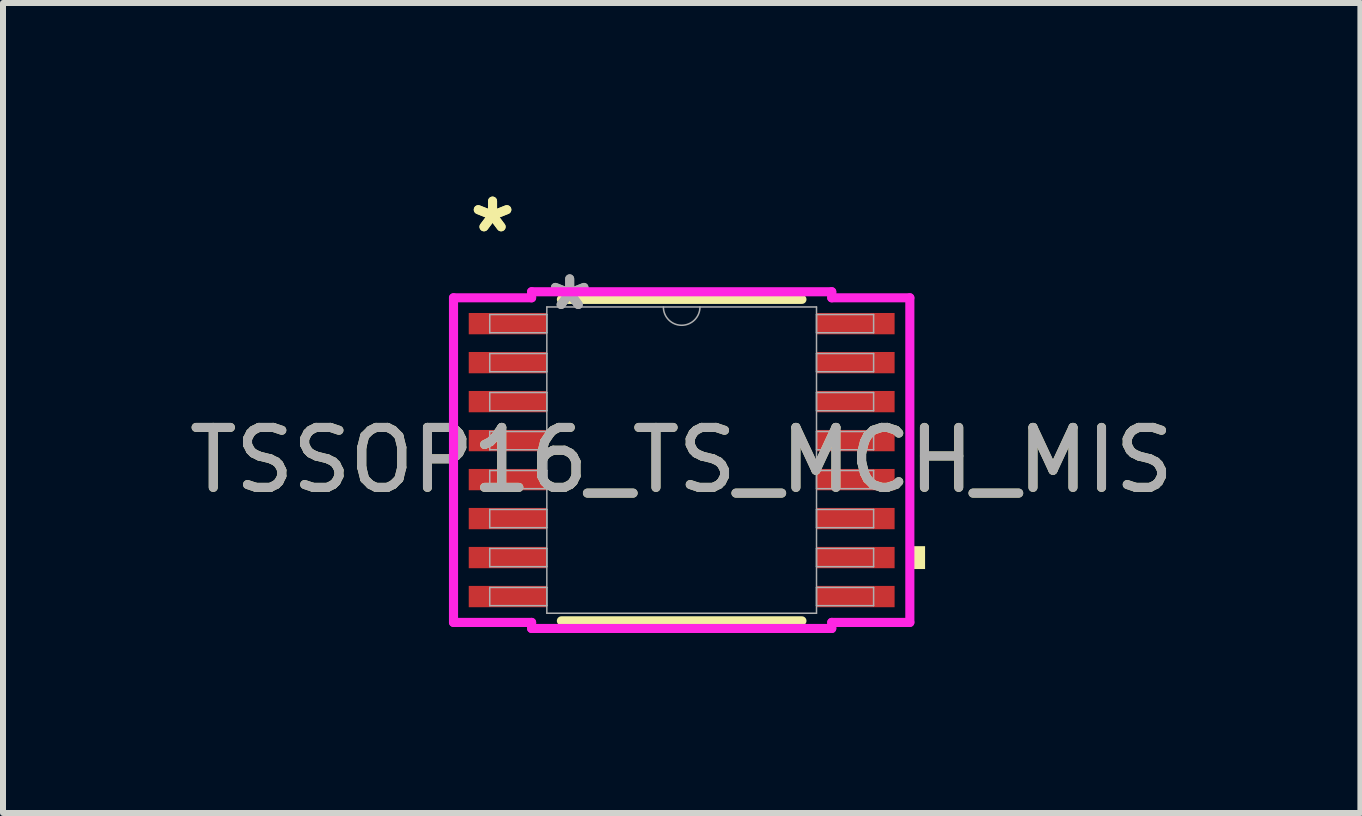
<source format=kicad_pcb>
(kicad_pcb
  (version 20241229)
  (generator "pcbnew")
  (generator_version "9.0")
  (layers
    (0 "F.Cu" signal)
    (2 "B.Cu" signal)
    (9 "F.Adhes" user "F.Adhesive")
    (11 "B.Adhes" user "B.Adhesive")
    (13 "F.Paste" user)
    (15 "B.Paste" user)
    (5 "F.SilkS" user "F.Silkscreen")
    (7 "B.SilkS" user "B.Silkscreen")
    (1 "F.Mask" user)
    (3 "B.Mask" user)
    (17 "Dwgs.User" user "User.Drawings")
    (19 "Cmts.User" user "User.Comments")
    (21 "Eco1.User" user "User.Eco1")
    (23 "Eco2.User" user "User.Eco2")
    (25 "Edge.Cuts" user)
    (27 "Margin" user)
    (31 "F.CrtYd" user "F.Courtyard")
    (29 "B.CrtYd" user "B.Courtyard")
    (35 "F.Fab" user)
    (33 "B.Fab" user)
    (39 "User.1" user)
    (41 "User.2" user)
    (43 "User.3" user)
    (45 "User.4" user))
  (footprint "TSSOP16_TS_MCH_MIS"
    (layer "F.Cu")
    (at 8.315 4.621)
    (property "Reference" "TSSOP16_TS_MCH_MIS" (at 0 0 0) (unlocked yes) (layer "F.SilkS") (effects (font (size 1 1) (thickness 0.15))))
    (attr smd)
    (fp_line (start -2.005 2.68) (end 2.005 2.68) (stroke (width 0.152) (type solid)) (layer "F.SilkS"))
    (fp_line (start 2.005 -2.68) (end -2.005 -2.68) (stroke (width 0.152) (type solid)) (layer "F.SilkS"))
    (fp_poly (pts (xy 4.058 1.435) (xy 4.058 1.816) (xy 3.804 1.816) (xy 3.804 1.435)) (stroke (width 0) (type solid)) (fill yes) (layer "F.SilkS"))
    (fp_line (start -3.804 -2.706) (end -2.502 -2.706) (stroke (width 0.152) (type solid)) (layer "F.CrtYd"))
    (fp_line (start -3.804 2.706) (end -3.804 -2.706) (stroke (width 0.152) (type solid)) (layer "F.CrtYd"))
    (fp_line (start -3.804 2.706) (end -2.502 2.706) (stroke (width 0.152) (type solid)) (layer "F.CrtYd"))
    (fp_line (start -2.502 -2.807) (end 2.502 -2.807) (stroke (width 0.152) (type solid)) (layer "F.CrtYd"))
    (fp_line (start -2.502 -2.706) (end -2.502 -2.807) (stroke (width 0.152) (type solid)) (layer "F.CrtYd"))
    (fp_line (start -2.502 2.807) (end -2.502 2.706) (stroke (width 0.152) (type solid)) (layer "F.CrtYd"))
    (fp_line (start 2.502 -2.807) (end 2.502 -2.706) (stroke (width 0.152) (type solid)) (layer "F.CrtYd"))
    (fp_line (start 2.502 2.706) (end 2.502 2.807) (stroke (width 0.152) (type solid)) (layer "F.CrtYd"))
    (fp_line (start 2.502 2.807) (end -2.502 2.807) (stroke (width 0.152) (type solid)) (layer "F.CrtYd"))
    (fp_line (start 3.804 -2.706) (end 2.502 -2.706) (stroke (width 0.152) (type solid)) (layer "F.CrtYd"))
    (fp_line (start 3.804 -2.706) (end 3.804 2.706) (stroke (width 0.152) (type solid)) (layer "F.CrtYd"))
    (fp_line (start 3.804 2.706) (end 2.502 2.706) (stroke (width 0.152) (type solid)) (layer "F.CrtYd"))
    (fp_line (start -3.2 -2.427) (end -3.2 -2.123) (stroke (width 0.025) (type solid)) (layer "F.Fab"))
    (fp_line (start -3.2 -2.123) (end -2.248 -2.123) (stroke (width 0.025) (type solid)) (layer "F.Fab"))
    (fp_line (start -3.2 -1.777) (end -3.2 -1.473) (stroke (width 0.025) (type solid)) (layer "F.Fab"))
    (fp_line (start -3.2 -1.473) (end -2.248 -1.473) (stroke (width 0.025) (type solid)) (layer "F.Fab"))
    (fp_line (start -3.2 -1.127) (end -3.2 -0.823) (stroke (width 0.025) (type solid)) (layer "F.Fab"))
    (fp_line (start -3.2 -0.823) (end -2.248 -0.823) (stroke (width 0.025) (type solid)) (layer "F.Fab"))
    (fp_line (start -3.2 -0.477) (end -3.2 -0.173) (stroke (width 0.025) (type solid)) (layer "F.Fab"))
    (fp_line (start -3.2 -0.173) (end -2.248 -0.173) (stroke (width 0.025) (type solid)) (layer "F.Fab"))
    (fp_line (start -3.2 0.173) (end -3.2 0.477) (stroke (width 0.025) (type solid)) (layer "F.Fab"))
    (fp_line (start -3.2 0.477) (end -2.248 0.477) (stroke (width 0.025) (type solid)) (layer "F.Fab"))
    (fp_line (start -3.2 0.823) (end -3.2 1.127) (stroke (width 0.025) (type solid)) (layer "F.Fab"))
    (fp_line (start -3.2 1.127) (end -2.248 1.127) (stroke (width 0.025) (type solid)) (layer "F.Fab"))
    (fp_line (start -3.2 1.473) (end -3.2 1.777) (stroke (width 0.025) (type solid)) (layer "F.Fab"))
    (fp_line (start -3.2 1.777) (end -2.248 1.777) (stroke (width 0.025) (type solid)) (layer "F.Fab"))
    (fp_line (start -3.2 2.123) (end -3.2 2.427) (stroke (width 0.025) (type solid)) (layer "F.Fab"))
    (fp_line (start -3.2 2.427) (end -2.248 2.427) (stroke (width 0.025) (type solid)) (layer "F.Fab"))
    (fp_line (start -2.248 -2.553) (end -2.248 2.553) (stroke (width 0.025) (type solid)) (layer "F.Fab"))
    (fp_line (start -2.248 -2.427) (end -3.2 -2.427) (stroke (width 0.025) (type solid)) (layer "F.Fab"))
    (fp_line (start -2.248 -2.123) (end -2.248 -2.427) (stroke (width 0.025) (type solid)) (layer "F.Fab"))
    (fp_line (start -2.248 -1.777) (end -3.2 -1.777) (stroke (width 0.025) (type solid)) (layer "F.Fab"))
    (fp_line (start -2.248 -1.473) (end -2.248 -1.777) (stroke (width 0.025) (type solid)) (layer "F.Fab"))
    (fp_line (start -2.248 -1.127) (end -3.2 -1.127) (stroke (width 0.025) (type solid)) (layer "F.Fab"))
    (fp_line (start -2.248 -0.823) (end -2.248 -1.127) (stroke (width 0.025) (type solid)) (layer "F.Fab"))
    (fp_line (start -2.248 -0.477) (end -3.2 -0.477) (stroke (width 0.025) (type solid)) (layer "F.Fab"))
    (fp_line (start -2.248 -0.173) (end -2.248 -0.477) (stroke (width 0.025) (type solid)) (layer "F.Fab"))
    (fp_line (start -2.248 0.173) (end -3.2 0.173) (stroke (width 0.025) (type solid)) (layer "F.Fab"))
    (fp_line (start -2.248 0.477) (end -2.248 0.173) (stroke (width 0.025) (type solid)) (layer "F.Fab"))
    (fp_line (start -2.248 0.823) (end -3.2 0.823) (stroke (width 0.025) (type solid)) (layer "F.Fab"))
    (fp_line (start -2.248 1.127) (end -2.248 0.823) (stroke (width 0.025) (type solid)) (layer "F.Fab"))
    (fp_line (start -2.248 1.473) (end -3.2 1.473) (stroke (width 0.025) (type solid)) (layer "F.Fab"))
    (fp_line (start -2.248 1.777) (end -2.248 1.473) (stroke (width 0.025) (type solid)) (layer "F.Fab"))
    (fp_line (start -2.248 2.123) (end -3.2 2.123) (stroke (width 0.025) (type solid)) (layer "F.Fab"))
    (fp_line (start -2.248 2.427) (end -2.248 2.123) (stroke (width 0.025) (type solid)) (layer "F.Fab"))
    (fp_line (start -2.248 2.553) (end 2.248 2.553) (stroke (width 0.025) (type solid)) (layer "F.Fab"))
    (fp_line (start 2.248 -2.553) (end -2.248 -2.553) (stroke (width 0.025) (type solid)) (layer "F.Fab"))
    (fp_line (start 2.248 -2.427) (end 2.248 -2.123) (stroke (width 0.025) (type solid)) (layer "F.Fab"))
    (fp_line (start 2.248 -2.123) (end 3.2 -2.123) (stroke (width 0.025) (type solid)) (layer "F.Fab"))
    (fp_line (start 2.248 -1.777) (end 2.248 -1.473) (stroke (width 0.025) (type solid)) (layer "F.Fab"))
    (fp_line (start 2.248 -1.473) (end 3.2 -1.473) (stroke (width 0.025) (type solid)) (layer "F.Fab"))
    (fp_line (start 2.248 -1.127) (end 2.248 -0.823) (stroke (width 0.025) (type solid)) (layer "F.Fab"))
    (fp_line (start 2.248 -0.823) (end 3.2 -0.823) (stroke (width 0.025) (type solid)) (layer "F.Fab"))
    (fp_line (start 2.248 -0.477) (end 2.248 -0.173) (stroke (width 0.025) (type solid)) (layer "F.Fab"))
    (fp_line (start 2.248 -0.173) (end 3.2 -0.173) (stroke (width 0.025) (type solid)) (layer "F.Fab"))
    (fp_line (start 2.248 0.173) (end 2.248 0.477) (stroke (width 0.025) (type solid)) (layer "F.Fab"))
    (fp_line (start 2.248 0.477) (end 3.2 0.477) (stroke (width 0.025) (type solid)) (layer "F.Fab"))
    (fp_line (start 2.248 0.823) (end 2.248 1.127) (stroke (width 0.025) (type solid)) (layer "F.Fab"))
    (fp_line (start 2.248 1.127) (end 3.2 1.127) (stroke (width 0.025) (type solid)) (layer "F.Fab"))
    (fp_line (start 2.248 1.473) (end 2.248 1.777) (stroke (width 0.025) (type solid)) (layer "F.Fab"))
    (fp_line (start 2.248 1.777) (end 3.2 1.777) (stroke (width 0.025) (type solid)) (layer "F.Fab"))
    (fp_line (start 2.248 2.123) (end 2.248 2.427) (stroke (width 0.025) (type solid)) (layer "F.Fab"))
    (fp_line (start 2.248 2.427) (end 3.2 2.427) (stroke (width 0.025) (type solid)) (layer "F.Fab"))
    (fp_line (start 2.248 2.553) (end 2.248 -2.553) (stroke (width 0.025) (type solid)) (layer "F.Fab"))
    (fp_line (start 3.2 -2.427) (end 2.248 -2.427) (stroke (width 0.025) (type solid)) (layer "F.Fab"))
    (fp_line (start 3.2 -2.123) (end 3.2 -2.427) (stroke (width 0.025) (type solid)) (layer "F.Fab"))
    (fp_line (start 3.2 -1.777) (end 2.248 -1.777) (stroke (width 0.025) (type solid)) (layer "F.Fab"))
    (fp_line (start 3.2 -1.473) (end 3.2 -1.777) (stroke (width 0.025) (type solid)) (layer "F.Fab"))
    (fp_line (start 3.2 -1.127) (end 2.248 -1.127) (stroke (width 0.025) (type solid)) (layer "F.Fab"))
    (fp_line (start 3.2 -0.823) (end 3.2 -1.127) (stroke (width 0.025) (type solid)) (layer "F.Fab"))
    (fp_line (start 3.2 -0.477) (end 2.248 -0.477) (stroke (width 0.025) (type solid)) (layer "F.Fab"))
    (fp_line (start 3.2 -0.173) (end 3.2 -0.477) (stroke (width 0.025) (type solid)) (layer "F.Fab"))
    (fp_line (start 3.2 0.173) (end 2.248 0.173) (stroke (width 0.025) (type solid)) (layer "F.Fab"))
    (fp_line (start 3.2 0.477) (end 3.2 0.173) (stroke (width 0.025) (type solid)) (layer "F.Fab"))
    (fp_line (start 3.2 0.823) (end 2.248 0.823) (stroke (width 0.025) (type solid)) (layer "F.Fab"))
    (fp_line (start 3.2 1.127) (end 3.2 0.823) (stroke (width 0.025) (type solid)) (layer "F.Fab"))
    (fp_line (start 3.2 1.473) (end 2.248 1.473) (stroke (width 0.025) (type solid)) (layer "F.Fab"))
    (fp_line (start 3.2 1.777) (end 3.2 1.473) (stroke (width 0.025) (type solid)) (layer "F.Fab"))
    (fp_line (start 3.2 2.123) (end 2.248 2.123) (stroke (width 0.025) (type solid)) (layer "F.Fab"))
    (fp_line (start 3.2 2.427) (end 3.2 2.123) (stroke (width 0.025) (type solid)) (layer "F.Fab"))
    (fp_arc (start 0.3048 -2.5527) (mid 0 -2.2479) (end -0.3048 -2.5527) (stroke (width 0.0254) (type solid)) (layer "F.Fab"))
    (fp_text user "*" (at -3.153 -3.773 0) (layer "F.SilkS") (effects (font (size 1 1) (thickness 0.15))))
    (fp_text user "*" (at -3.153 -3.773 0) (unlocked yes) (layer "F.SilkS") (effects (font (size 1 1) (thickness 0.15))))
    (fp_text user "${REFERENCE}" (at 0 0 0) (unlocked yes) (layer "F.Fab") (effects (font (size 1 1) (thickness 0.15))))
    (fp_text user "*" (at -1.867 -2.477 0) (unlocked yes) (layer "F.Fab") (effects (font (size 1 1) (thickness 0.15))))
    (fp_text user "*" (at -1.867 -2.477 0) (layer "F.Fab") (effects (font (size 1 1) (thickness 0.15))))
    (pad "1" smd rect (at -2.899 -2.275) (size 1.302 0.355) (layers "F.Cu" "F.Mask" "F.Paste"))
    (pad "2" smd rect (at -2.899 -1.625) (size 1.302 0.355) (layers "F.Cu" "F.Mask" "F.Paste"))
    (pad "3" smd rect (at -2.899 -0.975) (size 1.302 0.355) (layers "F.Cu" "F.Mask" "F.Paste"))
    (pad "4" smd rect (at -2.899 -0.325) (size 1.302 0.355) (layers "F.Cu" "F.Mask" "F.Paste"))
    (pad "5" smd rect (at -2.899 0.325) (size 1.302 0.355) (layers "F.Cu" "F.Mask" "F.Paste"))
    (pad "6" smd rect (at -2.899 0.975) (size 1.302 0.355) (layers "F.Cu" "F.Mask" "F.Paste"))
    (pad "7" smd rect (at -2.899 1.625) (size 1.302 0.355) (layers "F.Cu" "F.Mask" "F.Paste"))
    (pad "8" smd rect (at -2.899 2.275) (size 1.302 0.355) (layers "F.Cu" "F.Mask" "F.Paste"))
    (pad "9" smd rect (at 2.899 2.275) (size 1.302 0.355) (layers "F.Cu" "F.Mask" "F.Paste"))
    (pad "10" smd rect (at 2.899 1.625) (size 1.302 0.355) (layers "F.Cu" "F.Mask" "F.Paste"))
    (pad "11" smd rect (at 2.899 0.975) (size 1.302 0.355) (layers "F.Cu" "F.Mask" "F.Paste"))
    (pad "12" smd rect (at 2.899 0.325) (size 1.302 0.355) (layers "F.Cu" "F.Mask" "F.Paste"))
    (pad "13" smd rect (at 2.899 -0.325) (size 1.302 0.355) (layers "F.Cu" "F.Mask" "F.Paste"))
    (pad "14" smd rect (at 2.899 -0.975) (size 1.302 0.355) (layers "F.Cu" "F.Mask" "F.Paste"))
    (pad "15" smd rect (at 2.899 -1.625) (size 1.302 0.355) (layers "F.Cu" "F.Mask" "F.Paste"))
    (pad "16" smd rect (at 2.899 -2.275) (size 1.302 0.355) (layers "F.Cu" "F.Mask" "F.Paste")))
  (gr_rect
    (start -3 -3)
    (end 19.631 10.504)
    (stroke (width 0.1) (type default))
    (fill no)
    (layer "Edge.Cuts")))
</source>
